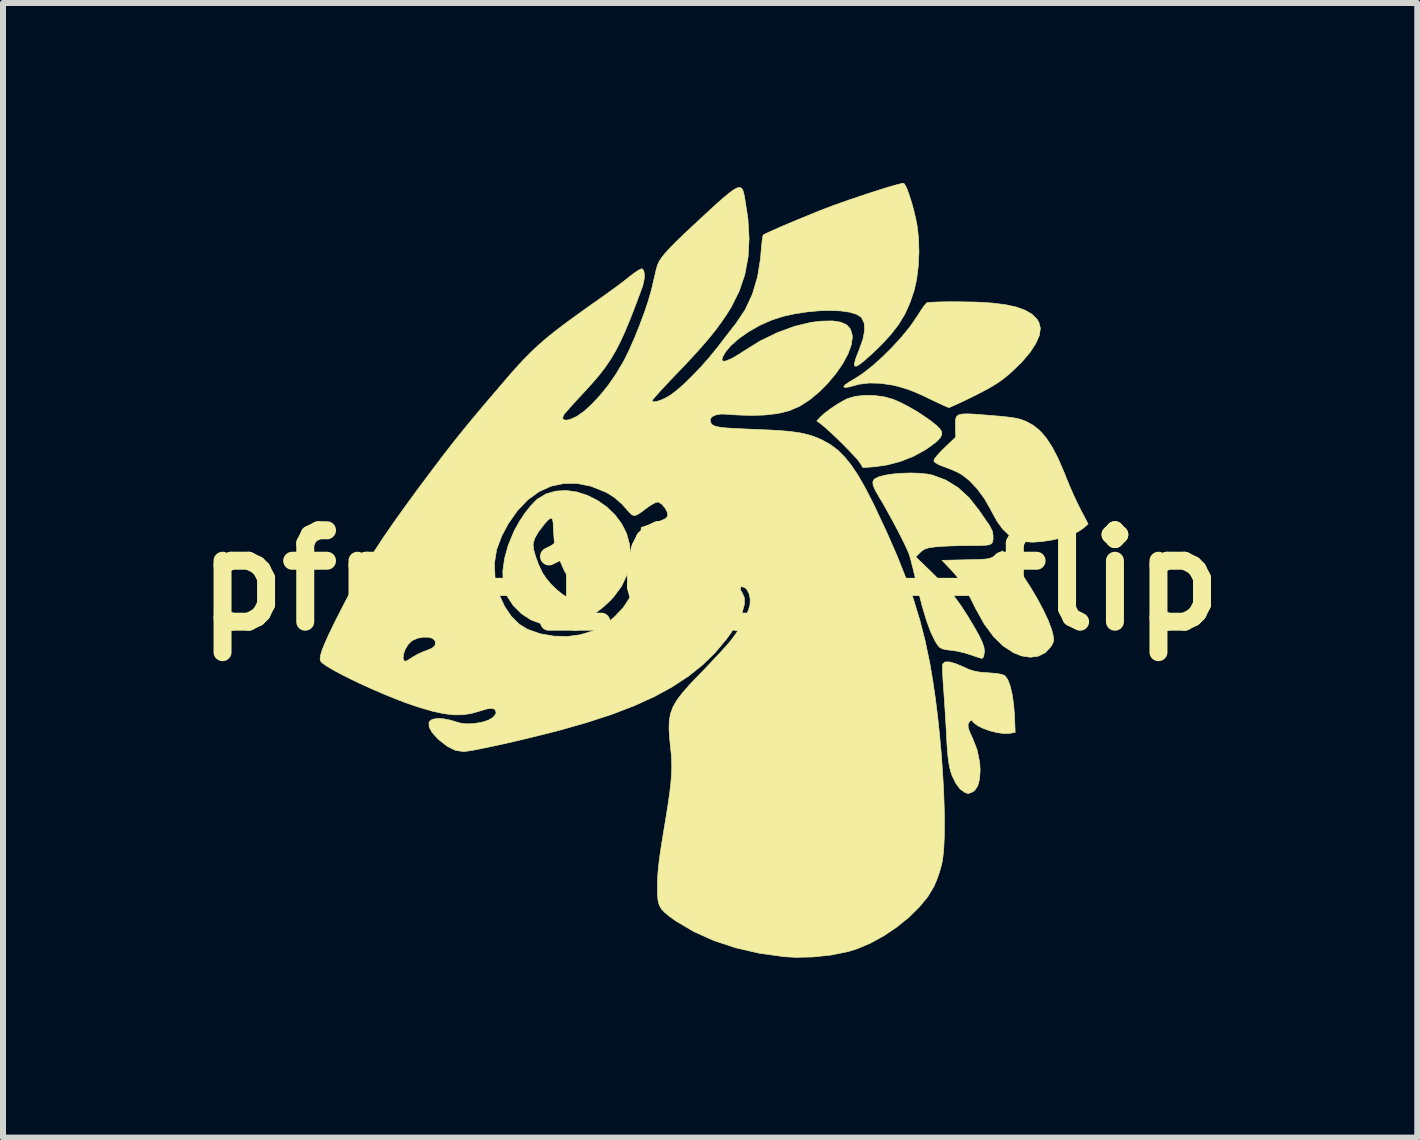
<source format=kicad_pcb>
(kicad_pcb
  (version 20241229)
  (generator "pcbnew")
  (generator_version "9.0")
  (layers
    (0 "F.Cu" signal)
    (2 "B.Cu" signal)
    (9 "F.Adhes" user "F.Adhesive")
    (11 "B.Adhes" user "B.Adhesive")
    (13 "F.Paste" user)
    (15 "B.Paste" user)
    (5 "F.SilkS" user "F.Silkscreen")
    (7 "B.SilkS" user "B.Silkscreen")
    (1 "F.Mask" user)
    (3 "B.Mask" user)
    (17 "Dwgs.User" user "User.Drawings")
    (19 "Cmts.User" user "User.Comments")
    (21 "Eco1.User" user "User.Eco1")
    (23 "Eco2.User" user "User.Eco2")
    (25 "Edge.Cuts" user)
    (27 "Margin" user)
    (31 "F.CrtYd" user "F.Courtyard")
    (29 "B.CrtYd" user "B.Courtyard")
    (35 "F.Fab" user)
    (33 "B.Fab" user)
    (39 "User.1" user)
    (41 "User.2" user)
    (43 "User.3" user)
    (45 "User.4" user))
  (footprint "pfp-1050-flip"
    (layer "F.Cu")
    (at 8.788 6.625)
    (property "Reference" "pfp-1050-flip" (at 0 0 0) (layer "F.SilkS") (effects (font (size 1.524 1.524) (thickness 0.3))))
    (attr through_hole)
    (fp_poly (pts (xy 5.003 -0.348) (xy 5.117 -0.212) (xy 5.235 -0.049) (xy 5.351 0.131) (xy 5.461 0.317) (xy 5.558 0.501) (xy 5.638 0.672) (xy 5.694 0.821) (xy 5.712 0.888) (xy 5.727 0.965) (xy 5.726 1.017) (xy 5.706 1.065) (xy 5.679 1.108) (xy 5.587 1.206) (xy 5.472 1.264) (xy 5.338 1.282) (xy 5.19 1.259) (xy 5.061 1.208) (xy 4.887 1.095) (xy 4.724 0.936) (xy 4.572 0.729) (xy 4.431 0.477) (xy 4.424 0.464) (xy 4.341 0.296) (xy 4.268 0.162) (xy 4.201 0.053) (xy 4.133 -0.042) (xy 4.056 -0.134) (xy 3.997 -0.197) (xy 3.867 -0.334) (xy 4.264 -0.343) (xy 4.411 -0.346) (xy 4.519 -0.35) (xy 4.596 -0.355) (xy 4.65 -0.364) (xy 4.692 -0.378) (xy 4.729 -0.397) (xy 4.766 -0.421) (xy 4.873 -0.491) (xy 5.003 -0.348)) (stroke (width 0.01) (type solid)) (fill yes) (layer "F.SilkS"))
    (fp_poly (pts (xy 2.737 -3.082) (xy 2.901 -3.06) (xy 3.049 -3.019) (xy 3.057 -3.016) (xy 3.179 -2.962) (xy 3.311 -2.894) (xy 3.444 -2.817) (xy 3.57 -2.735) (xy 3.683 -2.655) (xy 3.775 -2.581) (xy 3.837 -2.518) (xy 3.861 -2.476) (xy 3.862 -2.427) (xy 3.835 -2.375) (xy 3.778 -2.315) (xy 3.684 -2.243) (xy 3.584 -2.174) (xy 3.393 -2.069) (xy 3.175 -1.983) (xy 2.947 -1.923) (xy 2.745 -1.894) (xy 2.548 -1.88) (xy 2.497 -1.962) (xy 2.461 -2.01) (xy 2.396 -2.082) (xy 2.311 -2.171) (xy 2.215 -2.269) (xy 2.114 -2.368) (xy 2.017 -2.46) (xy 1.931 -2.538) (xy 1.865 -2.593) (xy 1.863 -2.595) (xy 1.779 -2.658) (xy 1.839 -2.723) (xy 1.91 -2.787) (xy 2.01 -2.862) (xy 2.123 -2.937) (xy 2.234 -3.001) (xy 2.294 -3.03) (xy 2.418 -3.067) (xy 2.571 -3.084) (xy 2.737 -3.082)) (stroke (width 0.01) (type solid)) (fill yes) (layer "F.SilkS"))
    (fp_poly (pts (xy 4.4 -2.771) (xy 4.556 -2.759) (xy 4.667 -2.75) (xy 4.834 -2.736) (xy 4.962 -2.723) (xy 5.059 -2.71) (xy 5.135 -2.695) (xy 5.197 -2.677) (xy 5.255 -2.655) (xy 5.274 -2.647) (xy 5.393 -2.58) (xy 5.502 -2.491) (xy 5.603 -2.374) (xy 5.701 -2.224) (xy 5.798 -2.038) (xy 5.898 -1.81) (xy 5.94 -1.703) (xy 5.998 -1.563) (xy 6.065 -1.41) (xy 6.133 -1.266) (xy 6.177 -1.178) (xy 6.302 -0.941) (xy 6.224 -0.871) (xy 6.134 -0.811) (xy 6.007 -0.756) (xy 5.856 -0.708) (xy 5.692 -0.671) (xy 5.528 -0.646) (xy 5.375 -0.636) (xy 5.246 -0.645) (xy 5.213 -0.652) (xy 5.086 -0.695) (xy 4.977 -0.76) (xy 4.879 -0.854) (xy 4.786 -0.982) (xy 4.692 -1.152) (xy 4.678 -1.18) (xy 4.575 -1.361) (xy 4.452 -1.527) (xy 4.319 -1.667) (xy 4.198 -1.762) (xy 4.125 -1.802) (xy 4.027 -1.846) (xy 3.924 -1.885) (xy 3.919 -1.887) (xy 3.811 -1.929) (xy 3.747 -1.967) (xy 3.73 -1.99) (xy 3.744 -2.027) (xy 3.792 -2.09) (xy 3.872 -2.174) (xy 3.909 -2.21) (xy 4.095 -2.388) (xy 4.091 -2.561) (xy 4.09 -2.635) (xy 4.094 -2.691) (xy 4.11 -2.732) (xy 4.143 -2.758) (xy 4.199 -2.772) (xy 4.282 -2.776) (xy 4.4 -2.771)) (stroke (width 0.01) (type solid)) (fill yes) (layer "F.SilkS"))
    (fp_poly (pts (xy 4.441 -4.639) (xy 4.705 -4.623) (xy 4.927 -4.595) (xy 5.11 -4.555) (xy 5.256 -4.501) (xy 5.368 -4.435) (xy 5.449 -4.354) (xy 5.481 -4.302) (xy 5.506 -4.203) (xy 5.489 -4.085) (xy 5.431 -3.951) (xy 5.336 -3.804) (xy 5.203 -3.647) (xy 5.035 -3.483) (xy 4.964 -3.42) (xy 4.871 -3.346) (xy 4.77 -3.276) (xy 4.651 -3.205) (xy 4.504 -3.127) (xy 4.391 -3.07) (xy 4.264 -3.008) (xy 4.153 -2.955) (xy 4.063 -2.914) (xy 4.002 -2.888) (xy 3.979 -2.881) (xy 3.949 -2.892) (xy 3.885 -2.92) (xy 3.798 -2.961) (xy 3.713 -3.001) (xy 3.536 -3.086) (xy 3.389 -3.15) (xy 3.258 -3.197) (xy 3.133 -3.234) (xy 3.038 -3.256) (xy 2.843 -3.285) (xy 2.655 -3.29) (xy 2.488 -3.27) (xy 2.431 -3.255) (xy 2.32 -3.225) (xy 2.252 -3.216) (xy 2.228 -3.227) (xy 2.248 -3.256) (xy 2.313 -3.303) (xy 2.389 -3.347) (xy 2.537 -3.442) (xy 2.7 -3.569) (xy 2.871 -3.721) (xy 3.04 -3.889) (xy 3.199 -4.064) (xy 3.34 -4.238) (xy 3.452 -4.401) (xy 3.467 -4.424) (xy 3.521 -4.51) (xy 3.571 -4.58) (xy 3.608 -4.622) (xy 3.619 -4.63) (xy 3.654 -4.634) (xy 3.729 -4.638) (xy 3.837 -4.642) (xy 3.968 -4.644) (xy 4.116 -4.644) (xy 4.133 -4.644) (xy 4.441 -4.639)) (stroke (width 0.01) (type solid)) (fill yes) (layer "F.SilkS"))
    (fp_poly (pts (xy 4.094 1.389) (xy 4.217 1.441) (xy 4.313 1.484) (xy 4.394 1.511) (xy 4.48 1.528) (xy 4.589 1.538) (xy 4.637 1.541) (xy 4.773 1.552) (xy 4.864 1.568) (xy 4.915 1.59) (xy 4.917 1.592) (xy 4.963 1.656) (xy 5.003 1.762) (xy 5.036 1.901) (xy 5.06 2.066) (xy 5.074 2.241) (xy 5.086 2.535) (xy 4.988 2.551) (xy 4.897 2.554) (xy 4.785 2.538) (xy 4.667 2.509) (xy 4.555 2.469) (xy 4.461 2.423) (xy 4.397 2.375) (xy 4.384 2.357) (xy 4.363 2.331) (xy 4.339 2.342) (xy 4.324 2.356) (xy 4.301 2.398) (xy 4.303 2.457) (xy 4.333 2.541) (xy 4.373 2.626) (xy 4.451 2.825) (xy 4.495 3.04) (xy 4.502 3.164) (xy 4.492 3.315) (xy 4.46 3.43) (xy 4.408 3.506) (xy 4.366 3.532) (xy 4.319 3.549) (xy 4.298 3.554) (xy 4.275 3.545) (xy 4.243 3.533) (xy 4.168 3.479) (xy 4.098 3.386) (xy 4.037 3.262) (xy 4.014 3.198) (xy 3.993 3.117) (xy 3.976 3.021) (xy 3.962 2.901) (xy 3.95 2.749) (xy 3.942 2.6) (xy 3.933 2.424) (xy 3.921 2.23) (xy 3.909 2.037) (xy 3.897 1.865) (xy 3.892 1.799) (xy 3.883 1.669) (xy 3.877 1.554) (xy 3.874 1.463) (xy 3.876 1.406) (xy 3.878 1.394) (xy 3.915 1.361) (xy 3.987 1.359) (xy 4.094 1.389)) (stroke (width 0.01) (type solid)) (fill yes) (layer "F.SilkS"))
    (fp_poly (pts (xy -2.222 -1.473) (xy -2.047 -1.417) (xy -1.879 -1.333) (xy -1.724 -1.224) (xy -1.587 -1.093) (xy -1.474 -0.943) (xy -1.391 -0.778) (xy -1.343 -0.6) (xy -1.334 -0.517) (xy -1.341 -0.291) (xy -1.388 -0.087) (xy -1.478 0.102) (xy -1.612 0.281) (xy -1.679 0.351) (xy -1.777 0.441) (xy -1.882 0.523) (xy -1.976 0.587) (xy -1.998 0.599) (xy -2.195 0.681) (xy -2.403 0.731) (xy -2.609 0.747) (xy -2.801 0.726) (xy -2.812 0.724) (xy -2.986 0.659) (xy -3.145 0.556) (xy -3.281 0.421) (xy -3.383 0.264) (xy -3.412 0.198) (xy -3.451 0.033) (xy -3.455 -0.157) (xy -3.426 -0.367) (xy -3.364 -0.588) (xy -3.363 -0.59) (xy -2.951 -0.59) (xy -2.94 -0.506) (xy -2.908 -0.394) (xy -2.862 -0.269) (xy -2.805 -0.147) (xy -2.79 -0.118) (xy -2.731 -0.03) (xy -2.651 0.064) (xy -2.56 0.154) (xy -2.469 0.228) (xy -2.39 0.278) (xy -2.364 0.288) (xy -2.281 0.304) (xy -2.211 0.304) (xy -2.167 0.288) (xy -2.161 0.278) (xy -2.17 0.248) (xy -2.203 0.191) (xy -2.253 0.116) (xy -2.273 0.088) (xy -2.429 -0.158) (xy -2.537 -0.405) (xy -2.598 -0.654) (xy -2.613 -0.856) (xy -2.616 -0.962) (xy -2.629 -1.023) (xy -2.655 -1.038) (xy -2.697 -1.011) (xy -2.758 -0.944) (xy -2.764 -0.937) (xy -2.862 -0.808) (xy -2.923 -0.702) (xy -2.949 -0.615) (xy -2.951 -0.59) (xy -3.363 -0.59) (xy -3.27 -0.814) (xy -3.254 -0.847) (xy -3.175 -0.987) (xy -3.084 -1.124) (xy -2.988 -1.245) (xy -2.899 -1.337) (xy -2.879 -1.355) (xy -2.732 -1.442) (xy -2.57 -1.488) (xy -2.398 -1.498) (xy -2.222 -1.473)) (stroke (width 0.01) (type solid)) (fill yes) (layer "F.SilkS"))
    (fp_poly (pts (xy 3.498 -1.785) (xy 3.634 -1.77) (xy 3.709 -1.754) (xy 3.931 -1.671) (xy 4.136 -1.544) (xy 4.322 -1.373) (xy 4.487 -1.162) (xy 4.548 -1.073) (xy 4.607 -0.987) (xy 4.653 -0.923) (xy 4.655 -0.921) (xy 4.708 -0.816) (xy 4.717 -0.747) (xy 4.717 -0.686) (xy 4.711 -0.642) (xy 4.692 -0.613) (xy 4.655 -0.594) (xy 4.592 -0.585) (xy 4.496 -0.581) (xy 4.361 -0.58) (xy 4.309 -0.58) (xy 4.161 -0.578) (xy 4.014 -0.574) (xy 3.882 -0.568) (xy 3.779 -0.56) (xy 3.752 -0.558) (xy 3.653 -0.544) (xy 3.586 -0.525) (xy 3.537 -0.496) (xy 3.501 -0.464) (xy 3.428 -0.391) (xy 3.716 -0.112) (xy 3.857 0.029) (xy 3.976 0.157) (xy 4.081 0.283) (xy 4.18 0.419) (xy 4.282 0.576) (xy 4.396 0.764) (xy 4.405 0.78) (xy 4.484 0.921) (xy 4.537 1.031) (xy 4.566 1.117) (xy 4.574 1.188) (xy 4.563 1.252) (xy 4.557 1.268) (xy 4.55 1.288) (xy 4.539 1.298) (xy 4.515 1.298) (xy 4.47 1.284) (xy 4.392 1.258) (xy 4.343 1.241) (xy 4.239 1.209) (xy 4.132 1.183) (xy 4.053 1.17) (xy 3.947 1.158) (xy 3.876 1.143) (xy 3.828 1.118) (xy 3.791 1.076) (xy 3.751 1.011) (xy 3.75 1.01) (xy 3.679 0.864) (xy 3.608 0.67) (xy 3.536 0.43) (xy 3.463 0.145) (xy 3.447 0.073) (xy 3.414 -0.067) (xy 3.382 -0.199) (xy 3.353 -0.314) (xy 3.33 -0.398) (xy 3.323 -0.423) (xy 3.295 -0.492) (xy 3.248 -0.594) (xy 3.186 -0.72) (xy 3.113 -0.862) (xy 3.033 -1.011) (xy 2.952 -1.158) (xy 2.875 -1.295) (xy 2.815 -1.394) (xy 2.752 -1.505) (xy 2.718 -1.586) (xy 2.713 -1.643) (xy 2.734 -1.683) (xy 2.741 -1.689) (xy 2.808 -1.724) (xy 2.913 -1.752) (xy 3.045 -1.773) (xy 3.194 -1.785) (xy 3.348 -1.79) (xy 3.498 -1.785)) (stroke (width 0.01) (type solid)) (fill yes) (layer "F.SilkS"))
    (fp_poly (pts (xy 3.228 -6.62) (xy 3.252 -6.59) (xy 3.284 -6.522) (xy 3.319 -6.425) (xy 3.357 -6.307) (xy 3.393 -6.177) (xy 3.425 -6.045) (xy 3.45 -5.92) (xy 3.475 -5.706) (xy 3.482 -5.472) (xy 3.47 -5.235) (xy 3.442 -5.011) (xy 3.4 -4.827) (xy 3.33 -4.623) (xy 3.248 -4.44) (xy 3.145 -4.27) (xy 3.016 -4.102) (xy 2.856 -3.928) (xy 2.715 -3.792) (xy 2.594 -3.683) (xy 2.504 -3.609) (xy 2.444 -3.572) (xy 2.411 -3.572) (xy 2.405 -3.61) (xy 2.424 -3.684) (xy 2.466 -3.796) (xy 2.483 -3.837) (xy 2.548 -4.019) (xy 2.577 -4.17) (xy 2.569 -4.289) (xy 2.526 -4.378) (xy 2.515 -4.39) (xy 2.439 -4.437) (xy 2.325 -4.471) (xy 2.177 -4.492) (xy 2.005 -4.499) (xy 1.814 -4.494) (xy 1.612 -4.475) (xy 1.407 -4.443) (xy 1.219 -4.402) (xy 1.025 -4.339) (xy 0.831 -4.253) (xy 0.646 -4.148) (xy 0.48 -4.032) (xy 0.343 -3.911) (xy 0.255 -3.805) (xy 0.208 -3.723) (xy 0.197 -3.672) (xy 0.221 -3.651) (xy 0.277 -3.661) (xy 0.365 -3.7) (xy 0.482 -3.769) (xy 0.55 -3.814) (xy 0.832 -3.989) (xy 1.12 -4.129) (xy 1.406 -4.234) (xy 1.682 -4.301) (xy 1.863 -4.322) (xy 2.041 -4.325) (xy 2.177 -4.304) (xy 2.276 -4.26) (xy 2.339 -4.19) (xy 2.368 -4.094) (xy 2.371 -4.043) (xy 2.351 -3.917) (xy 2.297 -3.771) (xy 2.211 -3.613) (xy 2.098 -3.449) (xy 1.963 -3.287) (xy 1.831 -3.153) (xy 1.663 -3.012) (xy 1.497 -2.905) (xy 1.322 -2.829) (xy 1.129 -2.781) (xy 0.907 -2.756) (xy 0.738 -2.751) (xy 0.607 -2.752) (xy 0.477 -2.756) (xy 0.366 -2.762) (xy 0.302 -2.768) (xy 0.185 -2.773) (xy 0.091 -2.757) (xy 0.028 -2.725) (xy -0.000135 -2.678) (xy 0.014 -2.621) (xy 0.016 -2.617) (xy 0.035 -2.595) (xy 0.066 -2.577) (xy 0.114 -2.562) (xy 0.184 -2.55) (xy 0.282 -2.54) (xy 0.413 -2.532) (xy 0.582 -2.524) (xy 0.762 -2.516) (xy 1.002 -2.506) (xy 1.2 -2.494) (xy 1.365 -2.478) (xy 1.502 -2.458) (xy 1.62 -2.432) (xy 1.726 -2.399) (xy 1.826 -2.359) (xy 1.878 -2.334) (xy 2.008 -2.261) (xy 2.128 -2.171) (xy 2.241 -2.059) (xy 2.353 -1.921) (xy 2.465 -1.752) (xy 2.583 -1.548) (xy 2.709 -1.303) (xy 2.745 -1.229) (xy 2.944 -0.804) (xy 3.117 -0.41) (xy 3.264 -0.039) (xy 3.39 0.315) (xy 3.495 0.66) (xy 3.584 1.004) (xy 3.657 1.354) (xy 3.666 1.399) (xy 3.712 1.673) (xy 3.755 1.964) (xy 3.793 2.269) (xy 3.826 2.581) (xy 3.854 2.894) (xy 3.876 3.203) (xy 3.893 3.502) (xy 3.903 3.786) (xy 3.907 4.048) (xy 3.904 4.283) (xy 3.895 4.485) (xy 3.877 4.649) (xy 3.862 4.729) (xy 3.828 4.853) (xy 3.78 4.989) (xy 3.733 5.101) (xy 3.63 5.273) (xy 3.487 5.447) (xy 3.313 5.618) (xy 3.114 5.779) (xy 2.899 5.924) (xy 2.676 6.047) (xy 2.452 6.142) (xy 2.298 6.19) (xy 2.019 6.246) (xy 1.722 6.278) (xy 1.428 6.285) (xy 1.234 6.274) (xy 0.819 6.216) (xy 0.428 6.126) (xy 0.064 6.006) (xy -0.269 5.857) (xy -0.567 5.681) (xy -0.673 5.605) (xy -0.754 5.539) (xy -0.811 5.479) (xy -0.848 5.413) (xy -0.869 5.332) (xy -0.878 5.224) (xy -0.879 5.08) (xy -0.878 5.068) (xy -0.874 4.937) (xy -0.862 4.794) (xy -0.843 4.63) (xy -0.815 4.436) (xy -0.777 4.204) (xy -0.776 4.197) (xy -0.733 3.936) (xy -0.698 3.716) (xy -0.672 3.531) (xy -0.654 3.374) (xy -0.643 3.238) (xy -0.639 3.116) (xy -0.641 3.004) (xy -0.648 2.893) (xy -0.657 2.807) (xy -0.676 2.623) (xy -0.685 2.469) (xy -0.68 2.337) (xy -0.659 2.22) (xy -0.618 2.11) (xy -0.554 1.999) (xy -0.465 1.881) (xy -0.347 1.746) (xy -0.197 1.588) (xy -0.158 1.549) (xy -0.04 1.426) (xy 0.076 1.303) (xy 0.183 1.188) (xy 0.272 1.09) (xy 0.336 1.016) (xy 0.343 1.007) (xy 0.435 0.883) (xy 0.521 0.746) (xy 0.593 0.607) (xy 0.645 0.481) (xy 0.665 0.407) (xy 0.669 0.312) (xy 0.649 0.221) (xy 0.61 0.148) (xy 0.576 0.119) (xy 0.525 0.104) (xy 0.501 0.123) (xy 0.511 0.168) (xy 0.531 0.199) (xy 0.571 0.288) (xy 0.571 0.403) (xy 0.533 0.542) (xy 0.456 0.703) (xy 0.342 0.885) (xy 0.272 0.981) (xy 0.086 1.203) (xy -0.123 1.408) (xy -0.36 1.597) (xy -0.627 1.773) (xy -0.927 1.937) (xy -1.263 2.09) (xy -1.638 2.234) (xy -2.055 2.37) (xy -2.517 2.501) (xy -2.622 2.528) (xy -2.841 2.583) (xy -3.061 2.637) (xy -3.275 2.688) (xy -3.479 2.734) (xy -3.665 2.774) (xy -3.828 2.808) (xy -3.962 2.834) (xy -4.06 2.849) (xy -4.115 2.854) (xy -4.245 2.834) (xy -4.378 2.769) (xy -4.518 2.66) (xy -4.541 2.639) (xy -4.634 2.536) (xy -4.683 2.447) (xy -4.687 2.374) (xy -4.676 2.349) (xy -4.63 2.317) (xy -4.549 2.303) (xy -4.445 2.308) (xy -4.327 2.331) (xy -4.269 2.349) (xy -4.161 2.38) (xy -4.065 2.392) (xy -3.954 2.389) (xy -3.942 2.388) (xy -3.807 2.367) (xy -3.696 2.331) (xy -3.615 2.283) (xy -3.573 2.228) (xy -3.568 2.201) (xy -3.583 2.154) (xy -3.631 2.134) (xy -3.714 2.142) (xy -3.834 2.177) (xy -3.834 2.177) (xy -3.98 2.219) (xy -4.124 2.241) (xy -4.276 2.242) (xy -4.443 2.222) (xy -4.633 2.18) (xy -4.855 2.115) (xy -4.923 2.093) (xy -5.084 2.037) (xy -5.26 1.969) (xy -5.444 1.894) (xy -5.631 1.813) (xy -5.815 1.73) (xy -5.988 1.647) (xy -6.146 1.568) (xy -6.281 1.495) (xy -6.389 1.431) (xy -6.462 1.38) (xy -6.492 1.349) (xy -6.502 1.311) (xy -6.5 1.299) (xy -5.118 1.299) (xy -5.115 1.309) (xy -5.102 1.341) (xy -5.082 1.35) (xy -5.044 1.335) (xy -4.98 1.294) (xy -4.962 1.282) (xy -4.873 1.231) (xy -4.769 1.184) (xy -4.726 1.169) (xy -4.634 1.131) (xy -4.586 1.086) (xy -4.579 1.031) (xy -4.586 1.007) (xy -4.625 0.968) (xy -4.695 0.948) (xy -4.783 0.947) (xy -4.876 0.965) (xy -4.961 1.001) (xy -4.979 1.013) (xy -5.035 1.07) (xy -5.082 1.149) (xy -5.112 1.231) (xy -5.118 1.299) (xy -6.5 1.299) (xy -6.494 1.249) (xy -6.468 1.162) (xy -6.421 1.045) (xy -6.353 0.895) (xy -6.263 0.709) (xy -6.217 0.617) (xy -6.09 0.37) (xy -5.968 0.14) (xy -5.845 -0.079) (xy -5.725 -0.28) (xy -3.596 -0.28) (xy -3.585 -0.043) (xy -3.574 0.026) (xy -3.514 0.242) (xy -3.425 0.436) (xy -3.312 0.602) (xy -3.179 0.733) (xy -3.045 0.816) (xy -2.835 0.89) (xy -2.603 0.93) (xy -2.365 0.934) (xy -2.165 0.907) (xy -1.952 0.843) (xy -1.765 0.746) (xy -1.598 0.614) (xy -1.448 0.455) (xy -1.334 0.283) (xy -1.245 0.082) (xy -1.24 0.067) (xy -1.215 -0.009) (xy -1.196 -0.084) (xy -1.183 -0.167) (xy -1.174 -0.27) (xy -1.167 -0.404) (xy -1.163 -0.495) (xy -1.149 -0.881) (xy -0.931 -0.955) (xy -0.827 -0.992) (xy -0.761 -1.02) (xy -0.724 -1.046) (xy -0.708 -1.073) (xy -0.706 -1.084) (xy -0.716 -1.143) (xy -0.753 -1.21) (xy -0.804 -1.269) (xy -0.858 -1.303) (xy -0.877 -1.306) (xy -0.921 -1.292) (xy -0.988 -1.254) (xy -1.063 -1.202) (xy -1.063 -1.202) (xy -1.155 -1.132) (xy -1.22 -1.092) (xy -1.266 -1.08) (xy -1.304 -1.093) (xy -1.342 -1.129) (xy -1.351 -1.14) (xy -1.472 -1.274) (xy -1.586 -1.375) (xy -1.703 -1.451) (xy -1.748 -1.474) (xy -1.985 -1.569) (xy -2.216 -1.615) (xy -2.438 -1.615) (xy -2.651 -1.57) (xy -2.852 -1.479) (xy -3.039 -1.343) (xy -3.211 -1.164) (xy -3.366 -0.942) (xy -3.473 -0.742) (xy -3.559 -0.512) (xy -3.596 -0.28) (xy -5.725 -0.28) (xy -5.717 -0.293) (xy -5.582 -0.509) (xy -5.435 -0.732) (xy -5.272 -0.968) (xy -5.089 -1.224) (xy -4.883 -1.506) (xy -4.68 -1.778) (xy -4.548 -1.953) (xy -4.429 -2.11) (xy -4.317 -2.254) (xy -4.206 -2.394) (xy -4.091 -2.536) (xy -3.967 -2.687) (xy -3.827 -2.854) (xy -3.666 -3.044) (xy -3.483 -3.258) (xy -3.342 -3.423) (xy -3.214 -3.567) (xy -3.094 -3.695) (xy -2.977 -3.813) (xy -2.858 -3.925) (xy -2.73 -4.035) (xy -2.588 -4.15) (xy -2.427 -4.273) (xy -2.241 -4.409) (xy -2.025 -4.564) (xy -1.824 -4.705) (xy -1.7 -4.794) (xy -1.573 -4.886) (xy -1.457 -4.973) (xy -1.365 -5.045) (xy -1.344 -5.062) (xy -1.264 -5.123) (xy -1.196 -5.169) (xy -1.149 -5.193) (xy -1.137 -5.195) (xy -1.107 -5.167) (xy -1.095 -5.105) (xy -1.099 -5.019) (xy -1.121 -4.92) (xy -1.133 -4.883) (xy -1.236 -4.605) (xy -1.328 -4.367) (xy -1.413 -4.162) (xy -1.493 -3.985) (xy -1.573 -3.829) (xy -1.656 -3.688) (xy -1.746 -3.556) (xy -1.845 -3.427) (xy -1.957 -3.295) (xy -2.087 -3.152) (xy -2.118 -3.119) (xy -2.214 -3.016) (xy -2.3 -2.921) (xy -2.371 -2.841) (xy -2.42 -2.785) (xy -2.437 -2.763) (xy -2.46 -2.708) (xy -2.443 -2.676) (xy -2.388 -2.671) (xy -2.335 -2.682) (xy -2.225 -2.731) (xy -2.1 -2.819) (xy -1.967 -2.94) (xy -1.83 -3.088) (xy -1.695 -3.256) (xy -1.567 -3.441) (xy -1.452 -3.634) (xy -1.419 -3.695) (xy -1.338 -3.863) (xy -1.254 -4.055) (xy -1.172 -4.26) (xy -1.096 -4.464) (xy -1.032 -4.654) (xy -0.985 -4.817) (xy -0.977 -4.848) (xy -0.949 -4.965) (xy -0.923 -5.076) (xy -0.902 -5.166) (xy -0.893 -5.201) (xy -0.876 -5.258) (xy -0.849 -5.316) (xy -0.809 -5.379) (xy -0.751 -5.451) (xy -0.673 -5.537) (xy -0.57 -5.642) (xy -0.438 -5.769) (xy -0.275 -5.923) (xy -0.247 -5.948) (xy -0.062 -6.12) (xy 0.09 -6.26) (xy 0.214 -6.37) (xy 0.313 -6.452) (xy 0.39 -6.509) (xy 0.448 -6.541) (xy 0.491 -6.551) (xy 0.521 -6.54) (xy 0.543 -6.51) (xy 0.559 -6.464) (xy 0.572 -6.402) (xy 0.573 -6.398) (xy 0.63 -6.035) (xy 0.65 -5.699) (xy 0.633 -5.387) (xy 0.578 -5.095) (xy 0.484 -4.819) (xy 0.351 -4.554) (xy 0.285 -4.447) (xy 0.197 -4.317) (xy 0.105 -4.191) (xy 0.003 -4.062) (xy -0.115 -3.924) (xy -0.252 -3.77) (xy -0.416 -3.594) (xy -0.556 -3.448) (xy -0.67 -3.329) (xy -0.772 -3.22) (xy -0.857 -3.127) (xy -0.921 -3.055) (xy -0.959 -3.009) (xy -0.968 -2.995) (xy -0.949 -2.976) (xy -0.898 -2.98) (xy -0.825 -3.003) (xy -0.741 -3.041) (xy -0.66 -3.088) (xy -0.554 -3.168) (xy -0.429 -3.278) (xy -0.292 -3.412) (xy -0.15 -3.561) (xy -0.013 -3.716) (xy 0.112 -3.87) (xy 0.132 -3.895) (xy 0.216 -4.005) (xy 0.301 -4.115) (xy 0.376 -4.212) (xy 0.43 -4.28) (xy 0.584 -4.509) (xy 0.705 -4.769) (xy 0.791 -5.057) (xy 0.841 -5.366) (xy 0.847 -5.44) (xy 0.856 -5.556) (xy 0.867 -5.654) (xy 0.877 -5.725) (xy 0.886 -5.758) (xy 0.887 -5.758) (xy 0.917 -5.775) (xy 0.985 -5.807) (xy 1.083 -5.851) (xy 1.204 -5.904) (xy 1.341 -5.962) (xy 1.487 -6.023) (xy 1.634 -6.083) (xy 1.774 -6.14) (xy 1.902 -6.191) (xy 2.009 -6.231) (xy 2.02 -6.236) (xy 2.184 -6.295) (xy 2.356 -6.355) (xy 2.528 -6.413) (xy 2.695 -6.468) (xy 2.85 -6.518) (xy 2.987 -6.56) (xy 3.1 -6.592) (xy 3.181 -6.613) (xy 3.224 -6.62) (xy 3.228 -6.62)) (stroke (width 0.01) (type solid)) (fill yes) (layer "F.SilkS")))
  (gr_rect
    (start -3 -3)
    (end 20.577 15.915)
    (stroke (width 0.1) (type default))
    (fill no)
    (layer "Edge.Cuts")))
</source>
